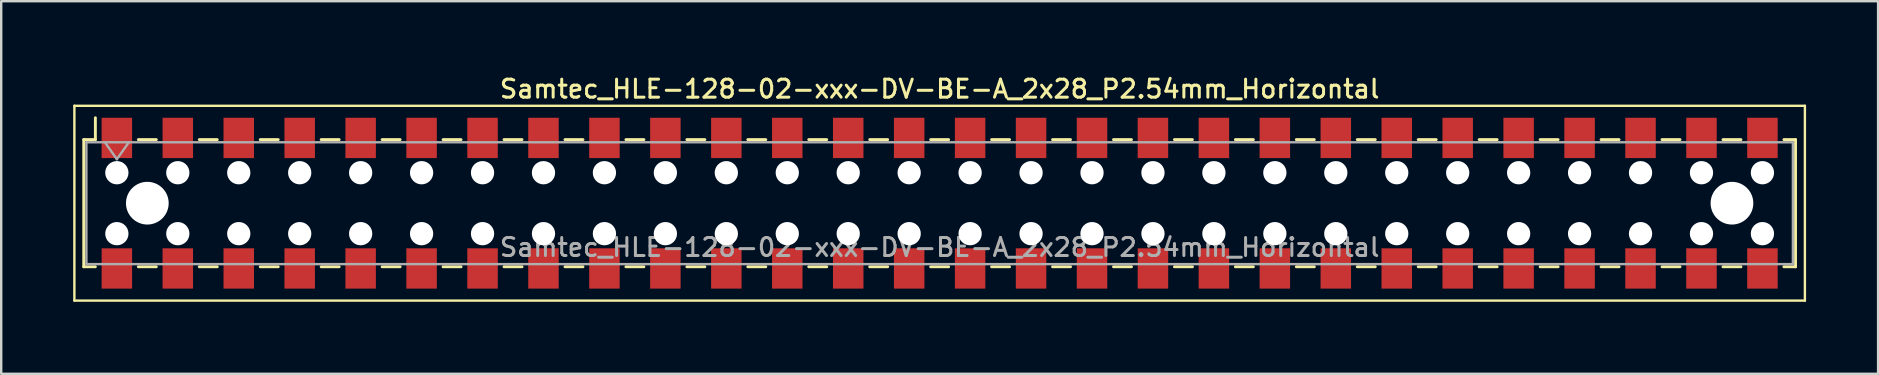
<source format=kicad_pcb>
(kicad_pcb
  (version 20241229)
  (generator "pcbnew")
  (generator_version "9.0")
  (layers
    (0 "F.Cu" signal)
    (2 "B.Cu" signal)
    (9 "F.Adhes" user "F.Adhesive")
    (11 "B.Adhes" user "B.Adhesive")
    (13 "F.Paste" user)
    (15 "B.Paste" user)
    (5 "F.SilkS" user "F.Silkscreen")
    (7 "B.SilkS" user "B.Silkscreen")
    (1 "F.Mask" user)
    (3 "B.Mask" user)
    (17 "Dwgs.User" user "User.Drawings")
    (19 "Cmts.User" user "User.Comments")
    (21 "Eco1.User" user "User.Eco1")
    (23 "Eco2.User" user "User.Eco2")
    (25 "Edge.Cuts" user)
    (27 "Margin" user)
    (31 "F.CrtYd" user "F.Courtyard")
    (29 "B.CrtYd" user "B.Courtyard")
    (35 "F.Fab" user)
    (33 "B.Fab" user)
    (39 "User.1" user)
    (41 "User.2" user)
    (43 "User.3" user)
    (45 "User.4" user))
  (footprint "Samtec_HLE-128-02-xxx-DV-BE-A_2x28_P2.54mm_Horizontal"
    (layer "F.Cu")
    (at 36.11 5.418)
    (property "Reference" "Samtec_HLE-128-02-xxx-DV-BE-A_2x28_P2.54mm_Horizontal" (at 0 -4.76 0) (layer "F.SilkS") (effects (font (size 0.75 0.75) (thickness 0.125))))
    (attr smd)
    (fp_line (start -36.06 -4.06) (end 36.06 -4.06) (stroke (width 0.1) (type solid)) (layer "F.SilkS"))
    (fp_line (start -36.06 4.06) (end -36.06 -4.06) (stroke (width 0.1) (type solid)) (layer "F.SilkS"))
    (fp_line (start -35.67 -2.65) (end -35.67 2.65) (stroke (width 0.12) (type solid)) (layer "F.SilkS"))
    (fp_line (start -35.67 2.65) (end -35.185 2.65) (stroke (width 0.12) (type solid)) (layer "F.SilkS"))
    (fp_line (start -35.185 -3.56) (end -35.185 -2.65) (stroke (width 0.12) (type solid)) (layer "F.SilkS"))
    (fp_line (start -35.185 -2.65) (end -35.67 -2.65) (stroke (width 0.12) (type solid)) (layer "F.SilkS"))
    (fp_line (start -33.395 -2.65) (end -32.645 -2.65) (stroke (width 0.12) (type solid)) (layer "F.SilkS"))
    (fp_line (start -33.395 2.65) (end -32.645 2.65) (stroke (width 0.12) (type solid)) (layer "F.SilkS"))
    (fp_line (start -30.855 -2.65) (end -30.105 -2.65) (stroke (width 0.12) (type solid)) (layer "F.SilkS"))
    (fp_line (start -30.855 2.65) (end -30.105 2.65) (stroke (width 0.12) (type solid)) (layer "F.SilkS"))
    (fp_line (start -28.315 -2.65) (end -27.565 -2.65) (stroke (width 0.12) (type solid)) (layer "F.SilkS"))
    (fp_line (start -28.315 2.65) (end -27.565 2.65) (stroke (width 0.12) (type solid)) (layer "F.SilkS"))
    (fp_line (start -25.775 -2.65) (end -25.025 -2.65) (stroke (width 0.12) (type solid)) (layer "F.SilkS"))
    (fp_line (start -25.775 2.65) (end -25.025 2.65) (stroke (width 0.12) (type solid)) (layer "F.SilkS"))
    (fp_line (start -23.235 -2.65) (end -22.485 -2.65) (stroke (width 0.12) (type solid)) (layer "F.SilkS"))
    (fp_line (start -23.235 2.65) (end -22.485 2.65) (stroke (width 0.12) (type solid)) (layer "F.SilkS"))
    (fp_line (start -20.695 -2.65) (end -19.945 -2.65) (stroke (width 0.12) (type solid)) (layer "F.SilkS"))
    (fp_line (start -20.695 2.65) (end -19.945 2.65) (stroke (width 0.12) (type solid)) (layer "F.SilkS"))
    (fp_line (start -18.155 -2.65) (end -17.405 -2.65) (stroke (width 0.12) (type solid)) (layer "F.SilkS"))
    (fp_line (start -18.155 2.65) (end -17.405 2.65) (stroke (width 0.12) (type solid)) (layer "F.SilkS"))
    (fp_line (start -15.615 -2.65) (end -14.865 -2.65) (stroke (width 0.12) (type solid)) (layer "F.SilkS"))
    (fp_line (start -15.615 2.65) (end -14.865 2.65) (stroke (width 0.12) (type solid)) (layer "F.SilkS"))
    (fp_line (start -13.075 -2.65) (end -12.325 -2.65) (stroke (width 0.12) (type solid)) (layer "F.SilkS"))
    (fp_line (start -13.075 2.65) (end -12.325 2.65) (stroke (width 0.12) (type solid)) (layer "F.SilkS"))
    (fp_line (start -10.535 -2.65) (end -9.785 -2.65) (stroke (width 0.12) (type solid)) (layer "F.SilkS"))
    (fp_line (start -10.535 2.65) (end -9.785 2.65) (stroke (width 0.12) (type solid)) (layer "F.SilkS"))
    (fp_line (start -7.995 -2.65) (end -7.245 -2.65) (stroke (width 0.12) (type solid)) (layer "F.SilkS"))
    (fp_line (start -7.995 2.65) (end -7.245 2.65) (stroke (width 0.12) (type solid)) (layer "F.SilkS"))
    (fp_line (start -5.455 -2.65) (end -4.705 -2.65) (stroke (width 0.12) (type solid)) (layer "F.SilkS"))
    (fp_line (start -5.455 2.65) (end -4.705 2.65) (stroke (width 0.12) (type solid)) (layer "F.SilkS"))
    (fp_line (start -2.915 -2.65) (end -2.165 -2.65) (stroke (width 0.12) (type solid)) (layer "F.SilkS"))
    (fp_line (start -2.915 2.65) (end -2.165 2.65) (stroke (width 0.12) (type solid)) (layer "F.SilkS"))
    (fp_line (start -0.375 -2.65) (end 0.375 -2.65) (stroke (width 0.12) (type solid)) (layer "F.SilkS"))
    (fp_line (start -0.375 2.65) (end 0.375 2.65) (stroke (width 0.12) (type solid)) (layer "F.SilkS"))
    (fp_line (start 2.165 -2.65) (end 2.915 -2.65) (stroke (width 0.12) (type solid)) (layer "F.SilkS"))
    (fp_line (start 2.165 2.65) (end 2.915 2.65) (stroke (width 0.12) (type solid)) (layer "F.SilkS"))
    (fp_line (start 4.705 -2.65) (end 5.455 -2.65) (stroke (width 0.12) (type solid)) (layer "F.SilkS"))
    (fp_line (start 4.705 2.65) (end 5.455 2.65) (stroke (width 0.12) (type solid)) (layer "F.SilkS"))
    (fp_line (start 7.245 -2.65) (end 7.995 -2.65) (stroke (width 0.12) (type solid)) (layer "F.SilkS"))
    (fp_line (start 7.245 2.65) (end 7.995 2.65) (stroke (width 0.12) (type solid)) (layer "F.SilkS"))
    (fp_line (start 9.785 -2.65) (end 10.535 -2.65) (stroke (width 0.12) (type solid)) (layer "F.SilkS"))
    (fp_line (start 9.785 2.65) (end 10.535 2.65) (stroke (width 0.12) (type solid)) (layer "F.SilkS"))
    (fp_line (start 12.325 -2.65) (end 13.075 -2.65) (stroke (width 0.12) (type solid)) (layer "F.SilkS"))
    (fp_line (start 12.325 2.65) (end 13.075 2.65) (stroke (width 0.12) (type solid)) (layer "F.SilkS"))
    (fp_line (start 14.865 -2.65) (end 15.615 -2.65) (stroke (width 0.12) (type solid)) (layer "F.SilkS"))
    (fp_line (start 14.865 2.65) (end 15.615 2.65) (stroke (width 0.12) (type solid)) (layer "F.SilkS"))
    (fp_line (start 17.405 -2.65) (end 18.155 -2.65) (stroke (width 0.12) (type solid)) (layer "F.SilkS"))
    (fp_line (start 17.405 2.65) (end 18.155 2.65) (stroke (width 0.12) (type solid)) (layer "F.SilkS"))
    (fp_line (start 19.945 -2.65) (end 20.695 -2.65) (stroke (width 0.12) (type solid)) (layer "F.SilkS"))
    (fp_line (start 19.945 2.65) (end 20.695 2.65) (stroke (width 0.12) (type solid)) (layer "F.SilkS"))
    (fp_line (start 22.485 -2.65) (end 23.235 -2.65) (stroke (width 0.12) (type solid)) (layer "F.SilkS"))
    (fp_line (start 22.485 2.65) (end 23.235 2.65) (stroke (width 0.12) (type solid)) (layer "F.SilkS"))
    (fp_line (start 25.025 -2.65) (end 25.775 -2.65) (stroke (width 0.12) (type solid)) (layer "F.SilkS"))
    (fp_line (start 25.025 2.65) (end 25.775 2.65) (stroke (width 0.12) (type solid)) (layer "F.SilkS"))
    (fp_line (start 27.565 -2.65) (end 28.315 -2.65) (stroke (width 0.12) (type solid)) (layer "F.SilkS"))
    (fp_line (start 27.565 2.65) (end 28.315 2.65) (stroke (width 0.12) (type solid)) (layer "F.SilkS"))
    (fp_line (start 30.105 -2.65) (end 30.855 -2.65) (stroke (width 0.12) (type solid)) (layer "F.SilkS"))
    (fp_line (start 30.105 2.65) (end 30.855 2.65) (stroke (width 0.12) (type solid)) (layer "F.SilkS"))
    (fp_line (start 32.645 -2.65) (end 33.395 -2.65) (stroke (width 0.12) (type solid)) (layer "F.SilkS"))
    (fp_line (start 32.645 2.65) (end 33.395 2.65) (stroke (width 0.12) (type solid)) (layer "F.SilkS"))
    (fp_line (start 35.185 -2.65) (end 35.67 -2.65) (stroke (width 0.12) (type solid)) (layer "F.SilkS"))
    (fp_line (start 35.67 -2.65) (end 35.67 2.65) (stroke (width 0.12) (type solid)) (layer "F.SilkS"))
    (fp_line (start 35.67 2.65) (end 35.185 2.65) (stroke (width 0.12) (type solid)) (layer "F.SilkS"))
    (fp_line (start 36.06 -4.06) (end 36.06 4.06) (stroke (width 0.1) (type solid)) (layer "F.SilkS"))
    (fp_line (start 36.06 4.06) (end -36.06 4.06) (stroke (width 0.1) (type solid)) (layer "F.SilkS"))
    (fp_line (start -35.56 -2.54) (end 35.56 -2.54) (stroke (width 0.1) (type solid)) (layer "F.Fab"))
    (fp_line (start -35.56 2.54) (end -35.56 -2.54) (stroke (width 0.1) (type solid)) (layer "F.Fab"))
    (fp_line (start -34.79 -2.54) (end -34.29 -1.833) (stroke (width 0.1) (type solid)) (layer "F.Fab"))
    (fp_line (start -34.29 -1.833) (end -33.79 -2.54) (stroke (width 0.1) (type solid)) (layer "F.Fab"))
    (fp_line (start 35.56 -2.54) (end 35.56 2.54) (stroke (width 0.1) (type solid)) (layer "F.Fab"))
    (fp_line (start 35.56 2.54) (end -35.56 2.54) (stroke (width 0.1) (type solid)) (layer "F.Fab"))
    (fp_text user "${REFERENCE}" (at 0 1.84 0) (layer "F.Fab") (effects (font (size 0.75 0.75) (thickness 0.125))))
    (pad "" np_thru_hole circle (at -34.29 -1.27) (size 0.97 0.97) (drill 0.97) (layers "*.Cu" "*.Mask"))
    (pad "" np_thru_hole circle (at -34.29 1.27) (size 0.97 0.97) (drill 0.97) (layers "*.Cu" "*.Mask"))
    (pad "" np_thru_hole circle (at -33.02 0) (size 1.78 1.78) (drill 1.78) (layers "*.Cu" "*.Mask"))
    (pad "" np_thru_hole circle (at -31.75 -1.27) (size 0.97 0.97) (drill 0.97) (layers "*.Cu" "*.Mask"))
    (pad "" np_thru_hole circle (at -31.75 1.27) (size 0.97 0.97) (drill 0.97) (layers "*.Cu" "*.Mask"))
    (pad "" np_thru_hole circle (at -29.21 -1.27) (size 0.97 0.97) (drill 0.97) (layers "*.Cu" "*.Mask"))
    (pad "" np_thru_hole circle (at -29.21 1.27) (size 0.97 0.97) (drill 0.97) (layers "*.Cu" "*.Mask"))
    (pad "" np_thru_hole circle (at -26.67 -1.27) (size 0.97 0.97) (drill 0.97) (layers "*.Cu" "*.Mask"))
    (pad "" np_thru_hole circle (at -26.67 1.27) (size 0.97 0.97) (drill 0.97) (layers "*.Cu" "*.Mask"))
    (pad "" np_thru_hole circle (at -24.13 -1.27) (size 0.97 0.97) (drill 0.97) (layers "*.Cu" "*.Mask"))
    (pad "" np_thru_hole circle (at -24.13 1.27) (size 0.97 0.97) (drill 0.97) (layers "*.Cu" "*.Mask"))
    (pad "" np_thru_hole circle (at -21.59 -1.27) (size 0.97 0.97) (drill 0.97) (layers "*.Cu" "*.Mask"))
    (pad "" np_thru_hole circle (at -21.59 1.27) (size 0.97 0.97) (drill 0.97) (layers "*.Cu" "*.Mask"))
    (pad "" np_thru_hole circle (at -19.05 -1.27) (size 0.97 0.97) (drill 0.97) (layers "*.Cu" "*.Mask"))
    (pad "" np_thru_hole circle (at -19.05 1.27) (size 0.97 0.97) (drill 0.97) (layers "*.Cu" "*.Mask"))
    (pad "" np_thru_hole circle (at -16.51 -1.27) (size 0.97 0.97) (drill 0.97) (layers "*.Cu" "*.Mask"))
    (pad "" np_thru_hole circle (at -16.51 1.27) (size 0.97 0.97) (drill 0.97) (layers "*.Cu" "*.Mask"))
    (pad "" np_thru_hole circle (at -13.97 -1.27) (size 0.97 0.97) (drill 0.97) (layers "*.Cu" "*.Mask"))
    (pad "" np_thru_hole circle (at -13.97 1.27) (size 0.97 0.97) (drill 0.97) (layers "*.Cu" "*.Mask"))
    (pad "" np_thru_hole circle (at -11.43 -1.27) (size 0.97 0.97) (drill 0.97) (layers "*.Cu" "*.Mask"))
    (pad "" np_thru_hole circle (at -11.43 1.27) (size 0.97 0.97) (drill 0.97) (layers "*.Cu" "*.Mask"))
    (pad "" np_thru_hole circle (at -8.89 -1.27) (size 0.97 0.97) (drill 0.97) (layers "*.Cu" "*.Mask"))
    (pad "" np_thru_hole circle (at -8.89 1.27) (size 0.97 0.97) (drill 0.97) (layers "*.Cu" "*.Mask"))
    (pad "" np_thru_hole circle (at -6.35 -1.27) (size 0.97 0.97) (drill 0.97) (layers "*.Cu" "*.Mask"))
    (pad "" np_thru_hole circle (at -6.35 1.27) (size 0.97 0.97) (drill 0.97) (layers "*.Cu" "*.Mask"))
    (pad "" np_thru_hole circle (at -3.81 -1.27) (size 0.97 0.97) (drill 0.97) (layers "*.Cu" "*.Mask"))
    (pad "" np_thru_hole circle (at -3.81 1.27) (size 0.97 0.97) (drill 0.97) (layers "*.Cu" "*.Mask"))
    (pad "" np_thru_hole circle (at -1.27 -1.27) (size 0.97 0.97) (drill 0.97) (layers "*.Cu" "*.Mask"))
    (pad "" np_thru_hole circle (at -1.27 1.27) (size 0.97 0.97) (drill 0.97) (layers "*.Cu" "*.Mask"))
    (pad "" np_thru_hole circle (at 1.27 -1.27) (size 0.97 0.97) (drill 0.97) (layers "*.Cu" "*.Mask"))
    (pad "" np_thru_hole circle (at 1.27 1.27) (size 0.97 0.97) (drill 0.97) (layers "*.Cu" "*.Mask"))
    (pad "" np_thru_hole circle (at 3.81 -1.27) (size 0.97 0.97) (drill 0.97) (layers "*.Cu" "*.Mask"))
    (pad "" np_thru_hole circle (at 3.81 1.27) (size 0.97 0.97) (drill 0.97) (layers "*.Cu" "*.Mask"))
    (pad "" np_thru_hole circle (at 6.35 -1.27) (size 0.97 0.97) (drill 0.97) (layers "*.Cu" "*.Mask"))
    (pad "" np_thru_hole circle (at 6.35 1.27) (size 0.97 0.97) (drill 0.97) (layers "*.Cu" "*.Mask"))
    (pad "" np_thru_hole circle (at 8.89 -1.27) (size 0.97 0.97) (drill 0.97) (layers "*.Cu" "*.Mask"))
    (pad "" np_thru_hole circle (at 8.89 1.27) (size 0.97 0.97) (drill 0.97) (layers "*.Cu" "*.Mask"))
    (pad "" np_thru_hole circle (at 11.43 -1.27) (size 0.97 0.97) (drill 0.97) (layers "*.Cu" "*.Mask"))
    (pad "" np_thru_hole circle (at 11.43 1.27) (size 0.97 0.97) (drill 0.97) (layers "*.Cu" "*.Mask"))
    (pad "" np_thru_hole circle (at 13.97 -1.27) (size 0.97 0.97) (drill 0.97) (layers "*.Cu" "*.Mask"))
    (pad "" np_thru_hole circle (at 13.97 1.27) (size 0.97 0.97) (drill 0.97) (layers "*.Cu" "*.Mask"))
    (pad "" np_thru_hole circle (at 16.51 -1.27) (size 0.97 0.97) (drill 0.97) (layers "*.Cu" "*.Mask"))
    (pad "" np_thru_hole circle (at 16.51 1.27) (size 0.97 0.97) (drill 0.97) (layers "*.Cu" "*.Mask"))
    (pad "" np_thru_hole circle (at 19.05 -1.27) (size 0.97 0.97) (drill 0.97) (layers "*.Cu" "*.Mask"))
    (pad "" np_thru_hole circle (at 19.05 1.27) (size 0.97 0.97) (drill 0.97) (layers "*.Cu" "*.Mask"))
    (pad "" np_thru_hole circle (at 21.59 -1.27) (size 0.97 0.97) (drill 0.97) (layers "*.Cu" "*.Mask"))
    (pad "" np_thru_hole circle (at 21.59 1.27) (size 0.97 0.97) (drill 0.97) (layers "*.Cu" "*.Mask"))
    (pad "" np_thru_hole circle (at 24.13 -1.27) (size 0.97 0.97) (drill 0.97) (layers "*.Cu" "*.Mask"))
    (pad "" np_thru_hole circle (at 24.13 1.27) (size 0.97 0.97) (drill 0.97) (layers "*.Cu" "*.Mask"))
    (pad "" np_thru_hole circle (at 26.67 -1.27) (size 0.97 0.97) (drill 0.97) (layers "*.Cu" "*.Mask"))
    (pad "" np_thru_hole circle (at 26.67 1.27) (size 0.97 0.97) (drill 0.97) (layers "*.Cu" "*.Mask"))
    (pad "" np_thru_hole circle (at 29.21 -1.27) (size 0.97 0.97) (drill 0.97) (layers "*.Cu" "*.Mask"))
    (pad "" np_thru_hole circle (at 29.21 1.27) (size 0.97 0.97) (drill 0.97) (layers "*.Cu" "*.Mask"))
    (pad "" np_thru_hole circle (at 31.75 -1.27) (size 0.97 0.97) (drill 0.97) (layers "*.Cu" "*.Mask"))
    (pad "" np_thru_hole circle (at 31.75 1.27) (size 0.97 0.97) (drill 0.97) (layers "*.Cu" "*.Mask"))
    (pad "" np_thru_hole circle (at 33.02 0) (size 1.78 1.78) (drill 1.78) (layers "*.Cu" "*.Mask"))
    (pad "" np_thru_hole circle (at 34.29 -1.27) (size 0.97 0.97) (drill 0.97) (layers "*.Cu" "*.Mask"))
    (pad "" np_thru_hole circle (at 34.29 1.27) (size 0.97 0.97) (drill 0.97) (layers "*.Cu" "*.Mask"))
    (pad "1" smd rect (at -34.29 -2.72) (size 1.27 1.68) (layers "F.Cu" "F.Mask" "F.Paste"))
    (pad "2" smd rect (at -34.29 2.72) (size 1.27 1.68) (layers "F.Cu" "F.Mask" "F.Paste"))
    (pad "3" smd rect (at -31.75 -2.72) (size 1.27 1.68) (layers "F.Cu" "F.Mask" "F.Paste"))
    (pad "4" smd rect (at -31.75 2.72) (size 1.27 1.68) (layers "F.Cu" "F.Mask" "F.Paste"))
    (pad "5" smd rect (at -29.21 -2.72) (size 1.27 1.68) (layers "F.Cu" "F.Mask" "F.Paste"))
    (pad "6" smd rect (at -29.21 2.72) (size 1.27 1.68) (layers "F.Cu" "F.Mask" "F.Paste"))
    (pad "7" smd rect (at -26.67 -2.72) (size 1.27 1.68) (layers "F.Cu" "F.Mask" "F.Paste"))
    (pad "8" smd rect (at -26.67 2.72) (size 1.27 1.68) (layers "F.Cu" "F.Mask" "F.Paste"))
    (pad "9" smd rect (at -24.13 -2.72) (size 1.27 1.68) (layers "F.Cu" "F.Mask" "F.Paste"))
    (pad "10" smd rect (at -24.13 2.72) (size 1.27 1.68) (layers "F.Cu" "F.Mask" "F.Paste"))
    (pad "11" smd rect (at -21.59 -2.72) (size 1.27 1.68) (layers "F.Cu" "F.Mask" "F.Paste"))
    (pad "12" smd rect (at -21.59 2.72) (size 1.27 1.68) (layers "F.Cu" "F.Mask" "F.Paste"))
    (pad "13" smd rect (at -19.05 -2.72) (size 1.27 1.68) (layers "F.Cu" "F.Mask" "F.Paste"))
    (pad "14" smd rect (at -19.05 2.72) (size 1.27 1.68) (layers "F.Cu" "F.Mask" "F.Paste"))
    (pad "15" smd rect (at -16.51 -2.72) (size 1.27 1.68) (layers "F.Cu" "F.Mask" "F.Paste"))
    (pad "16" smd rect (at -16.51 2.72) (size 1.27 1.68) (layers "F.Cu" "F.Mask" "F.Paste"))
    (pad "17" smd rect (at -13.97 -2.72) (size 1.27 1.68) (layers "F.Cu" "F.Mask" "F.Paste"))
    (pad "18" smd rect (at -13.97 2.72) (size 1.27 1.68) (layers "F.Cu" "F.Mask" "F.Paste"))
    (pad "19" smd rect (at -11.43 -2.72) (size 1.27 1.68) (layers "F.Cu" "F.Mask" "F.Paste"))
    (pad "20" smd rect (at -11.43 2.72) (size 1.27 1.68) (layers "F.Cu" "F.Mask" "F.Paste"))
    (pad "21" smd rect (at -8.89 -2.72) (size 1.27 1.68) (layers "F.Cu" "F.Mask" "F.Paste"))
    (pad "22" smd rect (at -8.89 2.72) (size 1.27 1.68) (layers "F.Cu" "F.Mask" "F.Paste"))
    (pad "23" smd rect (at -6.35 -2.72) (size 1.27 1.68) (layers "F.Cu" "F.Mask" "F.Paste"))
    (pad "24" smd rect (at -6.35 2.72) (size 1.27 1.68) (layers "F.Cu" "F.Mask" "F.Paste"))
    (pad "25" smd rect (at -3.81 -2.72) (size 1.27 1.68) (layers "F.Cu" "F.Mask" "F.Paste"))
    (pad "26" smd rect (at -3.81 2.72) (size 1.27 1.68) (layers "F.Cu" "F.Mask" "F.Paste"))
    (pad "27" smd rect (at -1.27 -2.72) (size 1.27 1.68) (layers "F.Cu" "F.Mask" "F.Paste"))
    (pad "28" smd rect (at -1.27 2.72) (size 1.27 1.68) (layers "F.Cu" "F.Mask" "F.Paste"))
    (pad "29" smd rect (at 1.27 -2.72) (size 1.27 1.68) (layers "F.Cu" "F.Mask" "F.Paste"))
    (pad "30" smd rect (at 1.27 2.72) (size 1.27 1.68) (layers "F.Cu" "F.Mask" "F.Paste"))
    (pad "31" smd rect (at 3.81 -2.72) (size 1.27 1.68) (layers "F.Cu" "F.Mask" "F.Paste"))
    (pad "32" smd rect (at 3.81 2.72) (size 1.27 1.68) (layers "F.Cu" "F.Mask" "F.Paste"))
    (pad "33" smd rect (at 6.35 -2.72) (size 1.27 1.68) (layers "F.Cu" "F.Mask" "F.Paste"))
    (pad "34" smd rect (at 6.35 2.72) (size 1.27 1.68) (layers "F.Cu" "F.Mask" "F.Paste"))
    (pad "35" smd rect (at 8.89 -2.72) (size 1.27 1.68) (layers "F.Cu" "F.Mask" "F.Paste"))
    (pad "36" smd rect (at 8.89 2.72) (size 1.27 1.68) (layers "F.Cu" "F.Mask" "F.Paste"))
    (pad "37" smd rect (at 11.43 -2.72) (size 1.27 1.68) (layers "F.Cu" "F.Mask" "F.Paste"))
    (pad "38" smd rect (at 11.43 2.72) (size 1.27 1.68) (layers "F.Cu" "F.Mask" "F.Paste"))
    (pad "39" smd rect (at 13.97 -2.72) (size 1.27 1.68) (layers "F.Cu" "F.Mask" "F.Paste"))
    (pad "40" smd rect (at 13.97 2.72) (size 1.27 1.68) (layers "F.Cu" "F.Mask" "F.Paste"))
    (pad "41" smd rect (at 16.51 -2.72) (size 1.27 1.68) (layers "F.Cu" "F.Mask" "F.Paste"))
    (pad "42" smd rect (at 16.51 2.72) (size 1.27 1.68) (layers "F.Cu" "F.Mask" "F.Paste"))
    (pad "43" smd rect (at 19.05 -2.72) (size 1.27 1.68) (layers "F.Cu" "F.Mask" "F.Paste"))
    (pad "44" smd rect (at 19.05 2.72) (size 1.27 1.68) (layers "F.Cu" "F.Mask" "F.Paste"))
    (pad "45" smd rect (at 21.59 -2.72) (size 1.27 1.68) (layers "F.Cu" "F.Mask" "F.Paste"))
    (pad "46" smd rect (at 21.59 2.72) (size 1.27 1.68) (layers "F.Cu" "F.Mask" "F.Paste"))
    (pad "47" smd rect (at 24.13 -2.72) (size 1.27 1.68) (layers "F.Cu" "F.Mask" "F.Paste"))
    (pad "48" smd rect (at 24.13 2.72) (size 1.27 1.68) (layers "F.Cu" "F.Mask" "F.Paste"))
    (pad "49" smd rect (at 26.67 -2.72) (size 1.27 1.68) (layers "F.Cu" "F.Mask" "F.Paste"))
    (pad "50" smd rect (at 26.67 2.72) (size 1.27 1.68) (layers "F.Cu" "F.Mask" "F.Paste"))
    (pad "51" smd rect (at 29.21 -2.72) (size 1.27 1.68) (layers "F.Cu" "F.Mask" "F.Paste"))
    (pad "52" smd rect (at 29.21 2.72) (size 1.27 1.68) (layers "F.Cu" "F.Mask" "F.Paste"))
    (pad "53" smd rect (at 31.75 -2.72) (size 1.27 1.68) (layers "F.Cu" "F.Mask" "F.Paste"))
    (pad "54" smd rect (at 31.75 2.72) (size 1.27 1.68) (layers "F.Cu" "F.Mask" "F.Paste"))
    (pad "55" smd rect (at 34.29 -2.72) (size 1.27 1.68) (layers "F.Cu" "F.Mask" "F.Paste"))
    (pad "56" smd rect (at 34.29 2.72) (size 1.27 1.68) (layers "F.Cu" "F.Mask" "F.Paste")))
  (gr_rect
    (start -3 -3)
    (end 75.22 12.528)
    (stroke (width 0.1) (type default))
    (fill no)
    (layer "Edge.Cuts")))
</source>
